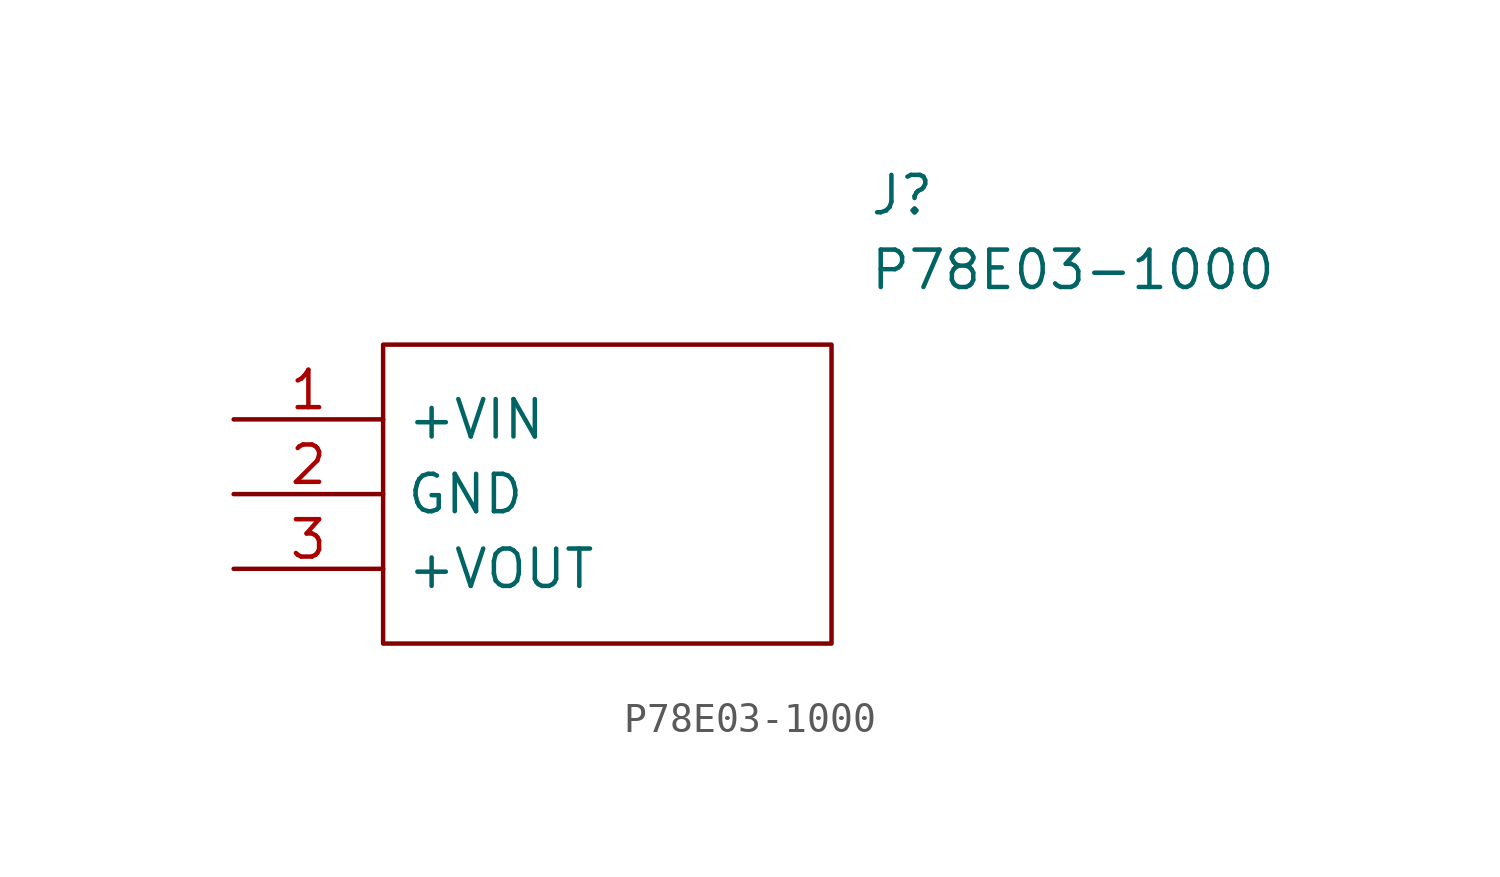
<source format=kicad_sym>
(kicad_symbol_lib
  (version 20211014)
  (generator kicad_symbol_editor)
  (symbol "P78E03-1000"
    (pin_names
      (offset 0.762))
    (property "Reference" "J"
      (at 21.59 7.62 0)
      (effects (font (size 1.27 1.27)) (justify left)))
    (property "Value" "P78E03-1000"
      (at 21.59 5.08 0)
      (effects (font (size 1.27 1.27)) (justify left)))
    (symbol "P78E03-1000_0_0"
      (pin passive line (at 0 0 0) (length 5.08) (name "+VIN" (effects (font (size 1.27 1.27)))) (number "1" (effects (font (size 1.27 1.27)))))
      (pin passive line (at 0 -2.54 0) (length 5.08) (name "GND" (effects (font (size 1.27 1.27)))) (number "2" (effects (font (size 1.27 1.27)))))
      (pin passive line (at 0 -5.08 0) (length 5.08) (name "+VOUT" (effects (font (size 1.27 1.27)))) (number "3" (effects (font (size 1.27 1.27))))))
    (symbol "P78E03-1000_0_1"
      (polyline (pts (xy 5.08 2.54) (xy 20.32 2.54) (xy 20.32 -7.62) (xy 5.08 -7.62) (xy 5.08 2.54)) (stroke (width 0.152) (type default) (color 0 0 0 0)) (fill (type none))))))
</source>
